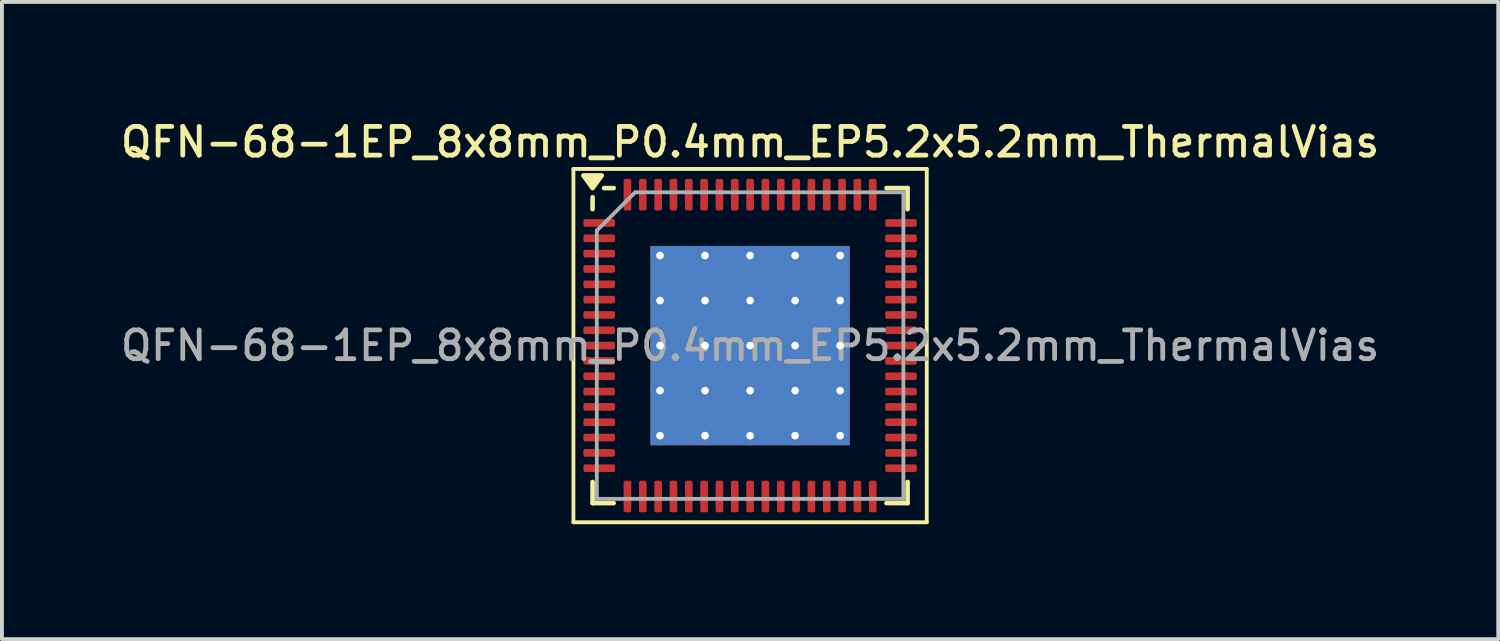
<source format=kicad_pcb>
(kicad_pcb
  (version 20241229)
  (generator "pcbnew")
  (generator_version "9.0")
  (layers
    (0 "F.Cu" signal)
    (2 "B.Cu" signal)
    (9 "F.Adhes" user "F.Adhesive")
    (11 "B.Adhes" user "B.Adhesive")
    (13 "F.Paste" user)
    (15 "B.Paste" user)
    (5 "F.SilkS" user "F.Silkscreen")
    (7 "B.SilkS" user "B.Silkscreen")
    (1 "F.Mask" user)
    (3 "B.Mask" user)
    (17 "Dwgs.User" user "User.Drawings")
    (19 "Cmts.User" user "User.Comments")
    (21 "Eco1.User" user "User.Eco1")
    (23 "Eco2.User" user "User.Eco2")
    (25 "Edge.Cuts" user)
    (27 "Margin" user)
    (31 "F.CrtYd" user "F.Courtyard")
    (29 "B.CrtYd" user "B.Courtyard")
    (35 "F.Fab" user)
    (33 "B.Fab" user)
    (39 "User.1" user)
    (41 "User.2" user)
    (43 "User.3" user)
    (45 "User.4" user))
  (footprint "QFN-68-1EP_8x8mm_P0.4mm_EP5.2x5.2mm_ThermalVias"
    (layer "F.Cu")
    (at 16.523 5.968)
    (property "Reference" "QFN-68-1EP_8x8mm_P0.4mm_EP5.2x5.2mm_ThermalVias" (at 0 -5.31 0) (layer "F.SilkS") (effects (font (size 0.75 0.75) (thickness 0.125))))
    (attr smd)
    (fp_line (start -4.61 -4.61) (end -4.61 4.61) (stroke (width 0.1) (type solid)) (layer "F.SilkS"))
    (fp_line (start -4.61 4.61) (end 4.61 4.61) (stroke (width 0.1) (type solid)) (layer "F.SilkS"))
    (fp_line (start -4.11 -3.56) (end -4.11 -3.87) (stroke (width 0.12) (type solid)) (layer "F.SilkS"))
    (fp_line (start -4.11 4.11) (end -4.11 3.56) (stroke (width 0.12) (type solid)) (layer "F.SilkS"))
    (fp_line (start -3.56 -4.11) (end -3.81 -4.11) (stroke (width 0.12) (type solid)) (layer "F.SilkS"))
    (fp_line (start -3.56 4.11) (end -4.11 4.11) (stroke (width 0.12) (type solid)) (layer "F.SilkS"))
    (fp_line (start 3.56 -4.11) (end 4.11 -4.11) (stroke (width 0.12) (type solid)) (layer "F.SilkS"))
    (fp_line (start 3.56 4.11) (end 4.11 4.11) (stroke (width 0.12) (type solid)) (layer "F.SilkS"))
    (fp_line (start 4.11 -4.11) (end 4.11 -3.56) (stroke (width 0.12) (type solid)) (layer "F.SilkS"))
    (fp_line (start 4.11 4.11) (end 4.11 3.56) (stroke (width 0.12) (type solid)) (layer "F.SilkS"))
    (fp_line (start 4.61 -4.61) (end -4.61 -4.61) (stroke (width 0.1) (type solid)) (layer "F.SilkS"))
    (fp_line (start 4.61 4.61) (end 4.61 -4.61) (stroke (width 0.1) (type solid)) (layer "F.SilkS"))
    (fp_poly (pts (xy -4.11 -4.11) (xy -4.35 -4.44) (xy -3.87 -4.44) (xy -4.11 -4.11)) (stroke (width 0.12) (type solid)) (fill yes) (layer "F.SilkS"))
    (fp_line (start -4 -3) (end -3 -4) (stroke (width 0.1) (type solid)) (layer "F.Fab"))
    (fp_line (start -4 4) (end -4 -3) (stroke (width 0.1) (type solid)) (layer "F.Fab"))
    (fp_line (start -3 -4) (end 4 -4) (stroke (width 0.1) (type solid)) (layer "F.Fab"))
    (fp_line (start 4 -4) (end 4 4) (stroke (width 0.1) (type solid)) (layer "F.Fab"))
    (fp_line (start 4 4) (end -4 4) (stroke (width 0.1) (type solid)) (layer "F.Fab"))
    (fp_text user "${REFERENCE}" (at 0 0 0) (layer "F.Fab") (effects (font (size 0.75 0.75) (thickness 0.125))))
    (pad "" smd roundrect (at -1.762 -1.762) (size 1.007 1.007) (layers "F.Paste") (roundrect_rratio 0.248))
    (pad "" smd roundrect (at -1.762 -0.588) (size 1.007 1.007) (layers "F.Paste") (roundrect_rratio 0.248))
    (pad "" smd roundrect (at -1.762 0.588) (size 1.007 1.007) (layers "F.Paste") (roundrect_rratio 0.248))
    (pad "" smd roundrect (at -1.762 1.762) (size 1.007 1.007) (layers "F.Paste") (roundrect_rratio 0.248))
    (pad "" smd roundrect (at -0.588 -1.762) (size 1.007 1.007) (layers "F.Paste") (roundrect_rratio 0.248))
    (pad "" smd roundrect (at -0.588 -0.588) (size 1.007 1.007) (layers "F.Paste") (roundrect_rratio 0.248))
    (pad "" smd roundrect (at -0.588 0.588) (size 1.007 1.007) (layers "F.Paste") (roundrect_rratio 0.248))
    (pad "" smd roundrect (at -0.588 1.762) (size 1.007 1.007) (layers "F.Paste") (roundrect_rratio 0.248))
    (pad "" smd roundrect (at 0.588 -1.762) (size 1.007 1.007) (layers "F.Paste") (roundrect_rratio 0.248))
    (pad "" smd roundrect (at 0.588 -0.588) (size 1.007 1.007) (layers "F.Paste") (roundrect_rratio 0.248))
    (pad "" smd roundrect (at 0.588 0.588) (size 1.007 1.007) (layers "F.Paste") (roundrect_rratio 0.248))
    (pad "" smd roundrect (at 0.588 1.762) (size 1.007 1.007) (layers "F.Paste") (roundrect_rratio 0.248))
    (pad "" smd roundrect (at 1.762 -1.762) (size 1.007 1.007) (layers "F.Paste") (roundrect_rratio 0.248))
    (pad "" smd roundrect (at 1.762 -0.588) (size 1.007 1.007) (layers "F.Paste") (roundrect_rratio 0.248))
    (pad "" smd roundrect (at 1.762 0.588) (size 1.007 1.007) (layers "F.Paste") (roundrect_rratio 0.248))
    (pad "" smd roundrect (at 1.762 1.762) (size 1.007 1.007) (layers "F.Paste") (roundrect_rratio 0.248))
    (pad "1" smd roundrect (at -3.938 -3.2) (size 0.825 0.2) (layers "F.Cu" "F.Mask" "F.Paste") (roundrect_rratio 0.25))
    (pad "2" smd roundrect (at -3.938 -2.8) (size 0.825 0.2) (layers "F.Cu" "F.Mask" "F.Paste") (roundrect_rratio 0.25))
    (pad "3" smd roundrect (at -3.938 -2.4) (size 0.825 0.2) (layers "F.Cu" "F.Mask" "F.Paste") (roundrect_rratio 0.25))
    (pad "4" smd roundrect (at -3.938 -2) (size 0.825 0.2) (layers "F.Cu" "F.Mask" "F.Paste") (roundrect_rratio 0.25))
    (pad "5" smd roundrect (at -3.938 -1.6) (size 0.825 0.2) (layers "F.Cu" "F.Mask" "F.Paste") (roundrect_rratio 0.25))
    (pad "6" smd roundrect (at -3.938 -1.2) (size 0.825 0.2) (layers "F.Cu" "F.Mask" "F.Paste") (roundrect_rratio 0.25))
    (pad "7" smd roundrect (at -3.938 -0.8) (size 0.825 0.2) (layers "F.Cu" "F.Mask" "F.Paste") (roundrect_rratio 0.25))
    (pad "8" smd roundrect (at -3.938 -0.4) (size 0.825 0.2) (layers "F.Cu" "F.Mask" "F.Paste") (roundrect_rratio 0.25))
    (pad "9" smd roundrect (at -3.938 0) (size 0.825 0.2) (layers "F.Cu" "F.Mask" "F.Paste") (roundrect_rratio 0.25))
    (pad "10" smd roundrect (at -3.938 0.4) (size 0.825 0.2) (layers "F.Cu" "F.Mask" "F.Paste") (roundrect_rratio 0.25))
    (pad "11" smd roundrect (at -3.938 0.8) (size 0.825 0.2) (layers "F.Cu" "F.Mask" "F.Paste") (roundrect_rratio 0.25))
    (pad "12" smd roundrect (at -3.938 1.2) (size 0.825 0.2) (layers "F.Cu" "F.Mask" "F.Paste") (roundrect_rratio 0.25))
    (pad "13" smd roundrect (at -3.938 1.6) (size 0.825 0.2) (layers "F.Cu" "F.Mask" "F.Paste") (roundrect_rratio 0.25))
    (pad "14" smd roundrect (at -3.938 2) (size 0.825 0.2) (layers "F.Cu" "F.Mask" "F.Paste") (roundrect_rratio 0.25))
    (pad "15" smd roundrect (at -3.938 2.4) (size 0.825 0.2) (layers "F.Cu" "F.Mask" "F.Paste") (roundrect_rratio 0.25))
    (pad "16" smd roundrect (at -3.938 2.8) (size 0.825 0.2) (layers "F.Cu" "F.Mask" "F.Paste") (roundrect_rratio 0.25))
    (pad "17" smd roundrect (at -3.938 3.2) (size 0.825 0.2) (layers "F.Cu" "F.Mask" "F.Paste") (roundrect_rratio 0.25))
    (pad "18" smd roundrect (at -3.2 3.938) (size 0.2 0.825) (layers "F.Cu" "F.Mask" "F.Paste") (roundrect_rratio 0.25))
    (pad "19" smd roundrect (at -2.8 3.938) (size 0.2 0.825) (layers "F.Cu" "F.Mask" "F.Paste") (roundrect_rratio 0.25))
    (pad "20" smd roundrect (at -2.4 3.938) (size 0.2 0.825) (layers "F.Cu" "F.Mask" "F.Paste") (roundrect_rratio 0.25))
    (pad "21" smd roundrect (at -2 3.938) (size 0.2 0.825) (layers "F.Cu" "F.Mask" "F.Paste") (roundrect_rratio 0.25))
    (pad "22" smd roundrect (at -1.6 3.938) (size 0.2 0.825) (layers "F.Cu" "F.Mask" "F.Paste") (roundrect_rratio 0.25))
    (pad "23" smd roundrect (at -1.2 3.938) (size 0.2 0.825) (layers "F.Cu" "F.Mask" "F.Paste") (roundrect_rratio 0.25))
    (pad "24" smd roundrect (at -0.8 3.938) (size 0.2 0.825) (layers "F.Cu" "F.Mask" "F.Paste") (roundrect_rratio 0.25))
    (pad "25" smd roundrect (at -0.4 3.938) (size 0.2 0.825) (layers "F.Cu" "F.Mask" "F.Paste") (roundrect_rratio 0.25))
    (pad "26" smd roundrect (at 0 3.938) (size 0.2 0.825) (layers "F.Cu" "F.Mask" "F.Paste") (roundrect_rratio 0.25))
    (pad "27" smd roundrect (at 0.4 3.938) (size 0.2 0.825) (layers "F.Cu" "F.Mask" "F.Paste") (roundrect_rratio 0.25))
    (pad "28" smd roundrect (at 0.8 3.938) (size 0.2 0.825) (layers "F.Cu" "F.Mask" "F.Paste") (roundrect_rratio 0.25))
    (pad "29" smd roundrect (at 1.2 3.938) (size 0.2 0.825) (layers "F.Cu" "F.Mask" "F.Paste") (roundrect_rratio 0.25))
    (pad "30" smd roundrect (at 1.6 3.938) (size 0.2 0.825) (layers "F.Cu" "F.Mask" "F.Paste") (roundrect_rratio 0.25))
    (pad "31" smd roundrect (at 2 3.938) (size 0.2 0.825) (layers "F.Cu" "F.Mask" "F.Paste") (roundrect_rratio 0.25))
    (pad "32" smd roundrect (at 2.4 3.938) (size 0.2 0.825) (layers "F.Cu" "F.Mask" "F.Paste") (roundrect_rratio 0.25))
    (pad "33" smd roundrect (at 2.8 3.938) (size 0.2 0.825) (layers "F.Cu" "F.Mask" "F.Paste") (roundrect_rratio 0.25))
    (pad "34" smd roundrect (at 3.2 3.938) (size 0.2 0.825) (layers "F.Cu" "F.Mask" "F.Paste") (roundrect_rratio 0.25))
    (pad "35" smd roundrect (at 3.938 3.2) (size 0.825 0.2) (layers "F.Cu" "F.Mask" "F.Paste") (roundrect_rratio 0.25))
    (pad "36" smd roundrect (at 3.938 2.8) (size 0.825 0.2) (layers "F.Cu" "F.Mask" "F.Paste") (roundrect_rratio 0.25))
    (pad "37" smd roundrect (at 3.938 2.4) (size 0.825 0.2) (layers "F.Cu" "F.Mask" "F.Paste") (roundrect_rratio 0.25))
    (pad "38" smd roundrect (at 3.938 2) (size 0.825 0.2) (layers "F.Cu" "F.Mask" "F.Paste") (roundrect_rratio 0.25))
    (pad "39" smd roundrect (at 3.938 1.6) (size 0.825 0.2) (layers "F.Cu" "F.Mask" "F.Paste") (roundrect_rratio 0.25))
    (pad "40" smd roundrect (at 3.938 1.2) (size 0.825 0.2) (layers "F.Cu" "F.Mask" "F.Paste") (roundrect_rratio 0.25))
    (pad "41" smd roundrect (at 3.938 0.8) (size 0.825 0.2) (layers "F.Cu" "F.Mask" "F.Paste") (roundrect_rratio 0.25))
    (pad "42" smd roundrect (at 3.938 0.4) (size 0.825 0.2) (layers "F.Cu" "F.Mask" "F.Paste") (roundrect_rratio 0.25))
    (pad "43" smd roundrect (at 3.938 0) (size 0.825 0.2) (layers "F.Cu" "F.Mask" "F.Paste") (roundrect_rratio 0.25))
    (pad "44" smd roundrect (at 3.938 -0.4) (size 0.825 0.2) (layers "F.Cu" "F.Mask" "F.Paste") (roundrect_rratio 0.25))
    (pad "45" smd roundrect (at 3.938 -0.8) (size 0.825 0.2) (layers "F.Cu" "F.Mask" "F.Paste") (roundrect_rratio 0.25))
    (pad "46" smd roundrect (at 3.938 -1.2) (size 0.825 0.2) (layers "F.Cu" "F.Mask" "F.Paste") (roundrect_rratio 0.25))
    (pad "47" smd roundrect (at 3.938 -1.6) (size 0.825 0.2) (layers "F.Cu" "F.Mask" "F.Paste") (roundrect_rratio 0.25))
    (pad "48" smd roundrect (at 3.938 -2) (size 0.825 0.2) (layers "F.Cu" "F.Mask" "F.Paste") (roundrect_rratio 0.25))
    (pad "49" smd roundrect (at 3.938 -2.4) (size 0.825 0.2) (layers "F.Cu" "F.Mask" "F.Paste") (roundrect_rratio 0.25))
    (pad "50" smd roundrect (at 3.938 -2.8) (size 0.825 0.2) (layers "F.Cu" "F.Mask" "F.Paste") (roundrect_rratio 0.25))
    (pad "51" smd roundrect (at 3.938 -3.2) (size 0.825 0.2) (layers "F.Cu" "F.Mask" "F.Paste") (roundrect_rratio 0.25))
    (pad "52" smd roundrect (at 3.2 -3.938) (size 0.2 0.825) (layers "F.Cu" "F.Mask" "F.Paste") (roundrect_rratio 0.25))
    (pad "53" smd roundrect (at 2.8 -3.938) (size 0.2 0.825) (layers "F.Cu" "F.Mask" "F.Paste") (roundrect_rratio 0.25))
    (pad "54" smd roundrect (at 2.4 -3.938) (size 0.2 0.825) (layers "F.Cu" "F.Mask" "F.Paste") (roundrect_rratio 0.25))
    (pad "55" smd roundrect (at 2 -3.938) (size 0.2 0.825) (layers "F.Cu" "F.Mask" "F.Paste") (roundrect_rratio 0.25))
    (pad "56" smd roundrect (at 1.6 -3.938) (size 0.2 0.825) (layers "F.Cu" "F.Mask" "F.Paste") (roundrect_rratio 0.25))
    (pad "57" smd roundrect (at 1.2 -3.938) (size 0.2 0.825) (layers "F.Cu" "F.Mask" "F.Paste") (roundrect_rratio 0.25))
    (pad "58" smd roundrect (at 0.8 -3.938) (size 0.2 0.825) (layers "F.Cu" "F.Mask" "F.Paste") (roundrect_rratio 0.25))
    (pad "59" smd roundrect (at 0.4 -3.938) (size 0.2 0.825) (layers "F.Cu" "F.Mask" "F.Paste") (roundrect_rratio 0.25))
    (pad "60" smd roundrect (at 0 -3.938) (size 0.2 0.825) (layers "F.Cu" "F.Mask" "F.Paste") (roundrect_rratio 0.25))
    (pad "61" smd roundrect (at -0.4 -3.938) (size 0.2 0.825) (layers "F.Cu" "F.Mask" "F.Paste") (roundrect_rratio 0.25))
    (pad "62" smd roundrect (at -0.8 -3.938) (size 0.2 0.825) (layers "F.Cu" "F.Mask" "F.Paste") (roundrect_rratio 0.25))
    (pad "63" smd roundrect (at -1.2 -3.938) (size 0.2 0.825) (layers "F.Cu" "F.Mask" "F.Paste") (roundrect_rratio 0.25))
    (pad "64" smd roundrect (at -1.6 -3.938) (size 0.2 0.825) (layers "F.Cu" "F.Mask" "F.Paste") (roundrect_rratio 0.25))
    (pad "65" smd roundrect (at -2 -3.938) (size 0.2 0.825) (layers "F.Cu" "F.Mask" "F.Paste") (roundrect_rratio 0.25))
    (pad "66" smd roundrect (at -2.4 -3.938) (size 0.2 0.825) (layers "F.Cu" "F.Mask" "F.Paste") (roundrect_rratio 0.25))
    (pad "67" smd roundrect (at -2.8 -3.938) (size 0.2 0.825) (layers "F.Cu" "F.Mask" "F.Paste") (roundrect_rratio 0.25))
    (pad "68" smd roundrect (at -3.2 -3.938) (size 0.2 0.825) (layers "F.Cu" "F.Mask" "F.Paste") (roundrect_rratio 0.25))
    (pad "69" thru_hole circle (at -2.35 -2.35) (size 0.5 0.5) (drill 0.2) (property pad_prop_heatsink) (layers "*.Cu"))
    (pad "69" thru_hole circle (at -2.35 -1.175) (size 0.5 0.5) (drill 0.2) (property pad_prop_heatsink) (layers "*.Cu"))
    (pad "69" thru_hole circle (at -2.35 0) (size 0.5 0.5) (drill 0.2) (property pad_prop_heatsink) (layers "*.Cu"))
    (pad "69" thru_hole circle (at -2.35 1.175) (size 0.5 0.5) (drill 0.2) (property pad_prop_heatsink) (layers "*.Cu"))
    (pad "69" thru_hole circle (at -2.35 2.35) (size 0.5 0.5) (drill 0.2) (property pad_prop_heatsink) (layers "*.Cu"))
    (pad "69" thru_hole circle (at -1.175 -2.35) (size 0.5 0.5) (drill 0.2) (property pad_prop_heatsink) (layers "*.Cu"))
    (pad "69" thru_hole circle (at -1.175 -1.175) (size 0.5 0.5) (drill 0.2) (property pad_prop_heatsink) (layers "*.Cu"))
    (pad "69" thru_hole circle (at -1.175 0) (size 0.5 0.5) (drill 0.2) (property pad_prop_heatsink) (layers "*.Cu"))
    (pad "69" thru_hole circle (at -1.175 1.175) (size 0.5 0.5) (drill 0.2) (property pad_prop_heatsink) (layers "*.Cu"))
    (pad "69" thru_hole circle (at -1.175 2.35) (size 0.5 0.5) (drill 0.2) (property pad_prop_heatsink) (layers "*.Cu"))
    (pad "69" thru_hole circle (at 0 -2.35) (size 0.5 0.5) (drill 0.2) (property pad_prop_heatsink) (layers "*.Cu"))
    (pad "69" thru_hole circle (at 0 -1.175) (size 0.5 0.5) (drill 0.2) (property pad_prop_heatsink) (layers "*.Cu"))
    (pad "69" thru_hole circle (at 0 0) (size 0.5 0.5) (drill 0.2) (property pad_prop_heatsink) (layers "*.Cu"))
    (pad "69" smd rect (at 0 0) (size 5.2 5.2) (property pad_prop_heatsink) (layers "F.Cu" "F.Mask"))
    (pad "69" smd rect (at 0 0) (size 5.2 5.2) (property pad_prop_heatsink) (layers "B.Cu"))
    (pad "69" thru_hole circle (at 0 1.175) (size 0.5 0.5) (drill 0.2) (property pad_prop_heatsink) (layers "*.Cu"))
    (pad "69" thru_hole circle (at 0 2.35) (size 0.5 0.5) (drill 0.2) (property pad_prop_heatsink) (layers "*.Cu"))
    (pad "69" thru_hole circle (at 1.175 -2.35) (size 0.5 0.5) (drill 0.2) (property pad_prop_heatsink) (layers "*.Cu"))
    (pad "69" thru_hole circle (at 1.175 -1.175) (size 0.5 0.5) (drill 0.2) (property pad_prop_heatsink) (layers "*.Cu"))
    (pad "69" thru_hole circle (at 1.175 0) (size 0.5 0.5) (drill 0.2) (property pad_prop_heatsink) (layers "*.Cu"))
    (pad "69" thru_hole circle (at 1.175 1.175) (size 0.5 0.5) (drill 0.2) (property pad_prop_heatsink) (layers "*.Cu"))
    (pad "69" thru_hole circle (at 1.175 2.35) (size 0.5 0.5) (drill 0.2) (property pad_prop_heatsink) (layers "*.Cu"))
    (pad "69" thru_hole circle (at 2.35 -2.35) (size 0.5 0.5) (drill 0.2) (property pad_prop_heatsink) (layers "*.Cu"))
    (pad "69" thru_hole circle (at 2.35 -1.175) (size 0.5 0.5) (drill 0.2) (property pad_prop_heatsink) (layers "*.Cu"))
    (pad "69" thru_hole circle (at 2.35 0) (size 0.5 0.5) (drill 0.2) (property pad_prop_heatsink) (layers "*.Cu"))
    (pad "69" thru_hole circle (at 2.35 1.175) (size 0.5 0.5) (drill 0.2) (property pad_prop_heatsink) (layers "*.Cu"))
    (pad "69" thru_hole circle (at 2.35 2.35) (size 0.5 0.5) (drill 0.2) (property pad_prop_heatsink) (layers "*.Cu")))
  (gr_rect
    (start -3 -3)
    (end 36.046 13.628)
    (stroke (width 0.1) (type default))
    (fill no)
    (layer "Edge.Cuts")))
</source>
